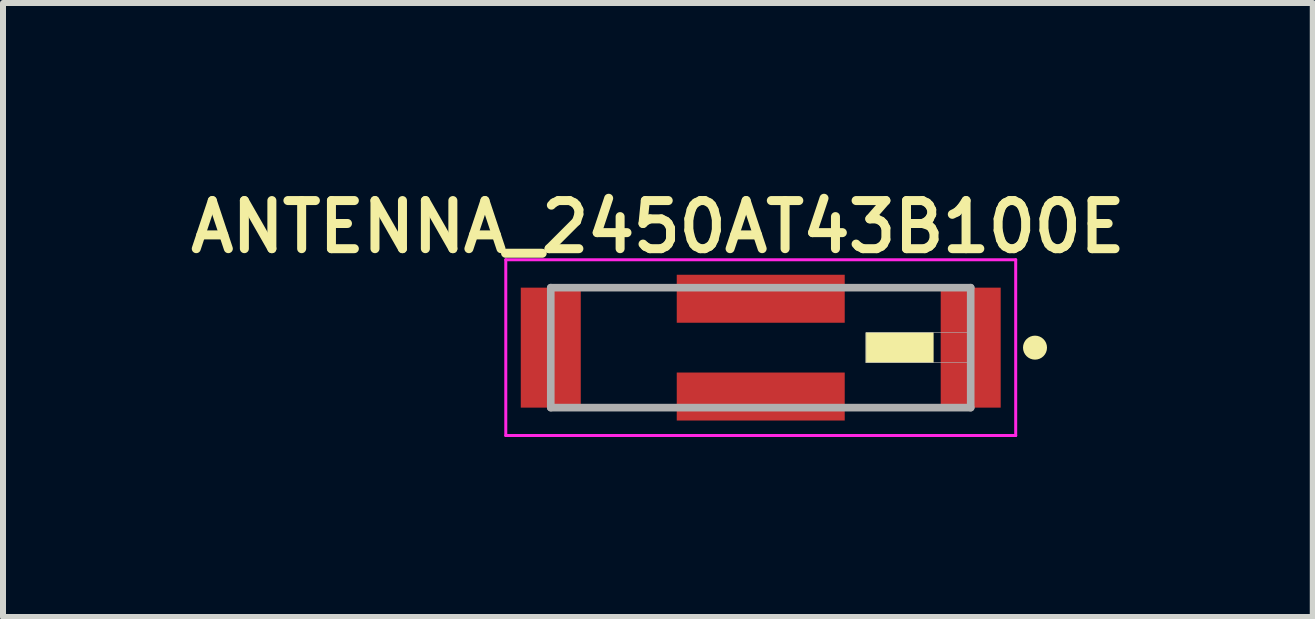
<source format=kicad_pcb>
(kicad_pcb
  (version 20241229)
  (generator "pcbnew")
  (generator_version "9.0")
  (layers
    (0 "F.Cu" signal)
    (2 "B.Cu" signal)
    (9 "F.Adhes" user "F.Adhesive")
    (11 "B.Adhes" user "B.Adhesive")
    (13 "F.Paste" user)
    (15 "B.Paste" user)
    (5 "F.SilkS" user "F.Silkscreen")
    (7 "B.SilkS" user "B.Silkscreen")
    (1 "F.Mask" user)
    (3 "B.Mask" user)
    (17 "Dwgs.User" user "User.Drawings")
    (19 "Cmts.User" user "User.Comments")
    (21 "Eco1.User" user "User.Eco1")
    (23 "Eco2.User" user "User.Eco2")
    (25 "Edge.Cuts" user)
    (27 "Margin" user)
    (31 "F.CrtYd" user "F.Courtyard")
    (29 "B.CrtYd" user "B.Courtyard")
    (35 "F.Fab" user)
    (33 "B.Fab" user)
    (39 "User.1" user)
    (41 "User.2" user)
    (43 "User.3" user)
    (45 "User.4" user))
  (footprint "ANTENNA_2450AT43B100E"
    (layer "F.Cu")
    (at 9.631 2.745)
    (property "Reference" "ANTENNA_2450AT43B100E" (at -1.714 -2.013 0) (layer "F.SilkS") (effects (font (size 0.802 0.802) (thickness 0.15))))
    (attr smd)
    (fp_circle (center 4.572 0) (end 4.672 0) (stroke (width 0.2) (type solid)) (fill no) (layer "F.SilkS"))
    (fp_poly (pts (xy 1.754 -0.25) (xy 2.875 -0.25) (xy 2.875 0.251) (xy 1.754 0.251)) (stroke (width 0.01) (type solid)) (fill yes) (layer "F.SilkS"))
    (fp_line (start -4.25 -1.465) (end 4.25 -1.465) (stroke (width 0.05) (type solid)) (layer "F.CrtYd"))
    (fp_line (start -4.25 1.465) (end -4.25 -1.465) (stroke (width 0.05) (type solid)) (layer "F.CrtYd"))
    (fp_line (start 4.25 -1.465) (end 4.25 1.465) (stroke (width 0.05) (type solid)) (layer "F.CrtYd"))
    (fp_line (start 4.25 1.465) (end -4.25 1.465) (stroke (width 0.05) (type solid)) (layer "F.CrtYd"))
    (fp_line (start -3.5 -1) (end -3.5 1) (stroke (width 0.127) (type solid)) (layer "F.Fab"))
    (fp_line (start -3.5 1) (end 3.5 1) (stroke (width 0.127) (type solid)) (layer "F.Fab"))
    (fp_line (start 3.5 -1) (end -3.5 -1) (stroke (width 0.127) (type solid)) (layer "F.Fab"))
    (fp_line (start 3.5 1) (end 3.5 -1) (stroke (width 0.127) (type solid)) (layer "F.Fab"))
    (fp_poly (pts (xy 1.754 -0.25) (xy 3.5 -0.25) (xy 3.5 0.251) (xy 1.754 0.251)) (stroke (width 0.01) (type solid)) (fill no) (layer "F.Fab"))
    (pad "1" smd rect (at 3.5 0) (size 1 2) (layers "F.Cu" "F.Mask" "F.Paste"))
    (pad "2" smd rect (at -3.5 0) (size 1 2) (layers "F.Cu" "F.Mask" "F.Paste"))
    (pad "3" smd rect (at 0 -0.815) (size 2.8 0.8) (layers "F.Cu" "F.Mask" "F.Paste"))
    (pad "4" smd rect (at 0 0.815) (size 2.8 0.8) (layers "F.Cu" "F.Mask" "F.Paste")))
  (gr_rect
    (start -3 -3)
    (end 18.833 7.235)
    (stroke (width 0.1) (type default))
    (fill no)
    (layer "Edge.Cuts")))
</source>
